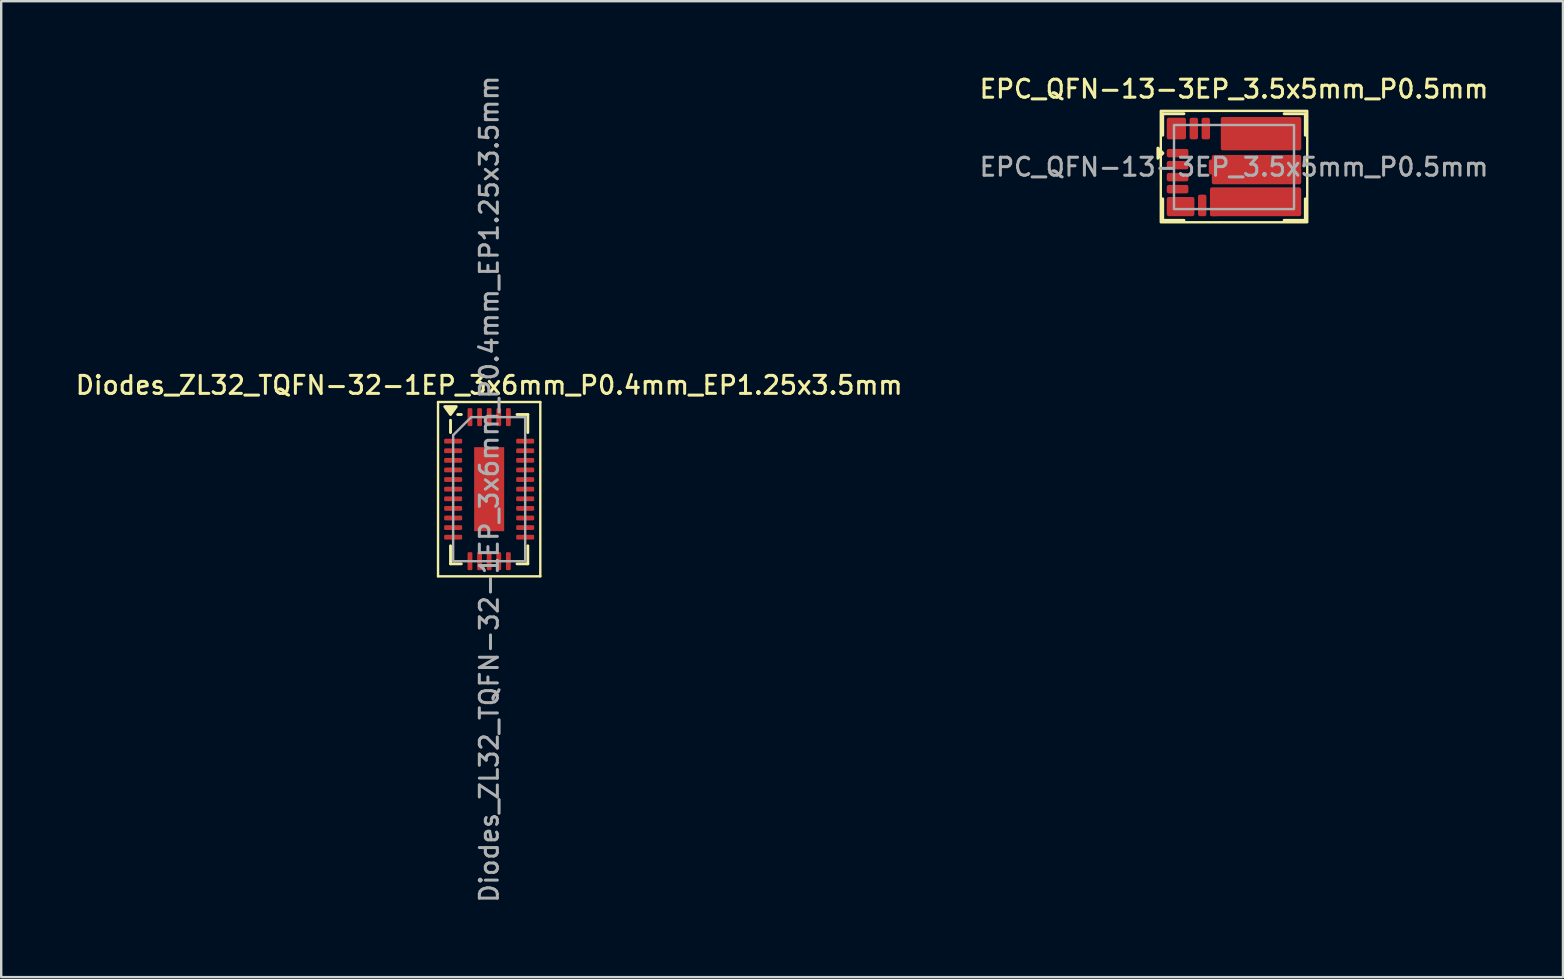
<source format=kicad_pcb>
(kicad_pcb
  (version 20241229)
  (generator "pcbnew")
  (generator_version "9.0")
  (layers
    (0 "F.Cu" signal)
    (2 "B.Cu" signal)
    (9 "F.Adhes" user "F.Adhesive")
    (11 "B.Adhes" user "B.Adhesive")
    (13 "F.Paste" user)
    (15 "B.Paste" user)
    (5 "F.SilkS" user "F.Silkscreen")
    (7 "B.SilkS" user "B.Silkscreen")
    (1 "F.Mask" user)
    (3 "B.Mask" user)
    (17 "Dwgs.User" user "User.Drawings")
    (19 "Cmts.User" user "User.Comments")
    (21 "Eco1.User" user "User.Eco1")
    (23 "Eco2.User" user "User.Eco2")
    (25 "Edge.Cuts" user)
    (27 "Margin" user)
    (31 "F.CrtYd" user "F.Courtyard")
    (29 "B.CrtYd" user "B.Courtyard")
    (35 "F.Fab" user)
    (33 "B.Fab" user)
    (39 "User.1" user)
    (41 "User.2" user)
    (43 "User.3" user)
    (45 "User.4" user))
  (footprint "Diodes_ZL32_TQFN-32-1EP_3x6mm_P0.4mm_EP1.25x3.5mm"
    (layer "F.Cu")
    (at 17.327 17.327)
    (property "Reference" "Diodes_ZL32_TQFN-32-1EP_3x6mm_P0.4mm_EP1.25x3.5mm" (at 0 -4.33 0) (layer "F.SilkS") (effects (font (size 0.75 0.75) (thickness 0.125))))
    (attr smd)
    (fp_line (start -2.13 -3.63) (end -2.13 3.63) (stroke (width 0.1) (type solid)) (layer "F.SilkS"))
    (fp_line (start -2.13 3.63) (end 2.13 3.63) (stroke (width 0.1) (type solid)) (layer "F.SilkS"))
    (fp_line (start -1.61 -2.36) (end -1.61 -2.87) (stroke (width 0.12) (type solid)) (layer "F.SilkS"))
    (fp_line (start -1.61 3.11) (end -1.61 2.36) (stroke (width 0.12) (type solid)) (layer "F.SilkS"))
    (fp_line (start -1.16 -3.11) (end -1.31 -3.11) (stroke (width 0.12) (type solid)) (layer "F.SilkS"))
    (fp_line (start -1.16 3.11) (end -1.61 3.11) (stroke (width 0.12) (type solid)) (layer "F.SilkS"))
    (fp_line (start 1.16 -3.11) (end 1.61 -3.11) (stroke (width 0.12) (type solid)) (layer "F.SilkS"))
    (fp_line (start 1.16 3.11) (end 1.61 3.11) (stroke (width 0.12) (type solid)) (layer "F.SilkS"))
    (fp_line (start 1.61 -3.11) (end 1.61 -2.36) (stroke (width 0.12) (type solid)) (layer "F.SilkS"))
    (fp_line (start 1.61 3.11) (end 1.61 2.36) (stroke (width 0.12) (type solid)) (layer "F.SilkS"))
    (fp_line (start 2.13 -3.63) (end -2.13 -3.63) (stroke (width 0.1) (type solid)) (layer "F.SilkS"))
    (fp_line (start 2.13 3.63) (end 2.13 -3.63) (stroke (width 0.1) (type solid)) (layer "F.SilkS"))
    (fp_poly (pts (xy -1.61 -3.11) (xy -1.85 -3.44) (xy -1.37 -3.44) (xy -1.61 -3.11)) (stroke (width 0.12) (type solid)) (fill yes) (layer "F.SilkS"))
    (fp_line (start -1.5 -2.25) (end -0.75 -3) (stroke (width 0.1) (type solid)) (layer "F.Fab"))
    (fp_line (start -1.5 3) (end -1.5 -2.25) (stroke (width 0.1) (type solid)) (layer "F.Fab"))
    (fp_line (start -0.75 -3) (end 1.5 -3) (stroke (width 0.1) (type solid)) (layer "F.Fab"))
    (fp_line (start 1.5 -3) (end 1.5 3) (stroke (width 0.1) (type solid)) (layer "F.Fab"))
    (fp_line (start 1.5 3) (end -1.5 3) (stroke (width 0.1) (type solid)) (layer "F.Fab"))
    (fp_text user "${REFERENCE}" (at 0 0 90) (layer "F.Fab") (effects (font (size 0.75 0.75) (thickness 0.125))))
    (pad "" smd roundrect (at -0.31 -1.32) (size 0.5 0.71) (layers "F.Paste") (roundrect_rratio 0.25))
    (pad "" smd roundrect (at -0.31 -0.44) (size 0.5 0.71) (layers "F.Paste") (roundrect_rratio 0.25))
    (pad "" smd roundrect (at -0.31 0.44) (size 0.5 0.71) (layers "F.Paste") (roundrect_rratio 0.25))
    (pad "" smd roundrect (at -0.31 1.32) (size 0.5 0.71) (layers "F.Paste") (roundrect_rratio 0.25))
    (pad "" smd roundrect (at 0.31 -1.32) (size 0.5 0.71) (layers "F.Paste") (roundrect_rratio 0.25))
    (pad "" smd roundrect (at 0.31 -0.44) (size 0.5 0.71) (layers "F.Paste") (roundrect_rratio 0.25))
    (pad "" smd roundrect (at 0.31 0.44) (size 0.5 0.71) (layers "F.Paste") (roundrect_rratio 0.25))
    (pad "" smd roundrect (at 0.31 1.32) (size 0.5 0.71) (layers "F.Paste") (roundrect_rratio 0.25))
    (pad "1" smd roundrect (at -1.5 -2) (size 0.75 0.2) (layers "F.Cu" "F.Mask" "F.Paste") (roundrect_rratio 0.25))
    (pad "2" smd roundrect (at -1.5 -1.6) (size 0.75 0.2) (layers "F.Cu" "F.Mask" "F.Paste") (roundrect_rratio 0.25))
    (pad "3" smd roundrect (at -1.5 -1.2) (size 0.75 0.2) (layers "F.Cu" "F.Mask" "F.Paste") (roundrect_rratio 0.25))
    (pad "4" smd roundrect (at -1.5 -0.8) (size 0.75 0.2) (layers "F.Cu" "F.Mask" "F.Paste") (roundrect_rratio 0.25))
    (pad "5" smd roundrect (at -1.5 -0.4) (size 0.75 0.2) (layers "F.Cu" "F.Mask" "F.Paste") (roundrect_rratio 0.25))
    (pad "6" smd roundrect (at -1.5 0) (size 0.75 0.2) (layers "F.Cu" "F.Mask" "F.Paste") (roundrect_rratio 0.25))
    (pad "7" smd roundrect (at -1.5 0.4) (size 0.75 0.2) (layers "F.Cu" "F.Mask" "F.Paste") (roundrect_rratio 0.25))
    (pad "8" smd roundrect (at -1.5 0.8) (size 0.75 0.2) (layers "F.Cu" "F.Mask" "F.Paste") (roundrect_rratio 0.25))
    (pad "9" smd roundrect (at -1.5 1.2) (size 0.75 0.2) (layers "F.Cu" "F.Mask" "F.Paste") (roundrect_rratio 0.25))
    (pad "10" smd roundrect (at -1.5 1.6) (size 0.75 0.2) (layers "F.Cu" "F.Mask" "F.Paste") (roundrect_rratio 0.25))
    (pad "11" smd roundrect (at -1.5 2) (size 0.75 0.2) (layers "F.Cu" "F.Mask" "F.Paste") (roundrect_rratio 0.25))
    (pad "12" smd roundrect (at -0.8 3) (size 0.2 0.75) (layers "F.Cu" "F.Mask" "F.Paste") (roundrect_rratio 0.25))
    (pad "13" smd roundrect (at -0.4 3) (size 0.2 0.75) (layers "F.Cu" "F.Mask" "F.Paste") (roundrect_rratio 0.25))
    (pad "14" smd roundrect (at 0 3) (size 0.2 0.75) (layers "F.Cu" "F.Mask" "F.Paste") (roundrect_rratio 0.25))
    (pad "15" smd roundrect (at 0.4 3) (size 0.2 0.75) (layers "F.Cu" "F.Mask" "F.Paste") (roundrect_rratio 0.25))
    (pad "16" smd roundrect (at 0.8 3) (size 0.2 0.75) (layers "F.Cu" "F.Mask" "F.Paste") (roundrect_rratio 0.25))
    (pad "17" smd roundrect (at 1.5 2) (size 0.75 0.2) (layers "F.Cu" "F.Mask" "F.Paste") (roundrect_rratio 0.25))
    (pad "18" smd roundrect (at 1.5 1.6) (size 0.75 0.2) (layers "F.Cu" "F.Mask" "F.Paste") (roundrect_rratio 0.25))
    (pad "19" smd roundrect (at 1.5 1.2) (size 0.75 0.2) (layers "F.Cu" "F.Mask" "F.Paste") (roundrect_rratio 0.25))
    (pad "20" smd roundrect (at 1.5 0.8) (size 0.75 0.2) (layers "F.Cu" "F.Mask" "F.Paste") (roundrect_rratio 0.25))
    (pad "21" smd roundrect (at 1.5 0.4) (size 0.75 0.2) (layers "F.Cu" "F.Mask" "F.Paste") (roundrect_rratio 0.25))
    (pad "22" smd roundrect (at 1.5 0) (size 0.75 0.2) (layers "F.Cu" "F.Mask" "F.Paste") (roundrect_rratio 0.25))
    (pad "23" smd roundrect (at 1.5 -0.4) (size 0.75 0.2) (layers "F.Cu" "F.Mask" "F.Paste") (roundrect_rratio 0.25))
    (pad "24" smd roundrect (at 1.5 -0.8) (size 0.75 0.2) (layers "F.Cu" "F.Mask" "F.Paste") (roundrect_rratio 0.25))
    (pad "25" smd roundrect (at 1.5 -1.2) (size 0.75 0.2) (layers "F.Cu" "F.Mask" "F.Paste") (roundrect_rratio 0.25))
    (pad "26" smd roundrect (at 1.5 -1.6) (size 0.75 0.2) (layers "F.Cu" "F.Mask" "F.Paste") (roundrect_rratio 0.25))
    (pad "27" smd roundrect (at 1.5 -2) (size 0.75 0.2) (layers "F.Cu" "F.Mask" "F.Paste") (roundrect_rratio 0.25))
    (pad "28" smd roundrect (at 0.8 -3) (size 0.2 0.75) (layers "F.Cu" "F.Mask" "F.Paste") (roundrect_rratio 0.25))
    (pad "29" smd roundrect (at 0.4 -3) (size 0.2 0.75) (layers "F.Cu" "F.Mask" "F.Paste") (roundrect_rratio 0.25))
    (pad "30" smd roundrect (at 0 -3) (size 0.2 0.75) (layers "F.Cu" "F.Mask" "F.Paste") (roundrect_rratio 0.25))
    (pad "31" smd roundrect (at -0.4 -3) (size 0.2 0.75) (layers "F.Cu" "F.Mask" "F.Paste") (roundrect_rratio 0.25))
    (pad "32" smd roundrect (at -0.8 -3) (size 0.2 0.75) (layers "F.Cu" "F.Mask" "F.Paste") (roundrect_rratio 0.25))
    (pad "33" smd rect (at 0 0) (size 1.25 3.5) (property pad_prop_heatsink) (layers "F.Cu" "F.Mask")))
  (footprint "EPC_QFN-13-3EP_3.5x5mm_P0.5mm"
    (layer "F.Cu")
    (at 48.355 3.908)
    (property "Reference" "EPC_QFN-13-3EP_3.5x5mm_P0.5mm" (at 0 -3.25 0) (layer "F.SilkS") (effects (font (size 0.75 0.75) (thickness 0.125))))
    (attr smd)
    (fp_line (start -2.97 -2.22) (end -2.97 -1.325) (stroke (width 0.12) (type default)) (layer "F.SilkS"))
    (fp_line (start -2.97 2.22) (end -2.97 1.325) (stroke (width 0.12) (type default)) (layer "F.SilkS"))
    (fp_line (start -2.085 -2.22) (end -2.97 -2.22) (stroke (width 0.12) (type default)) (layer "F.SilkS"))
    (fp_line (start -2.085 2.22) (end -2.97 2.22) (stroke (width 0.12) (type default)) (layer "F.SilkS"))
    (fp_line (start 2.087 -2.22) (end 2.973 -2.22) (stroke (width 0.12) (type default)) (layer "F.SilkS"))
    (fp_line (start 2.087 2.22) (end 2.973 2.22) (stroke (width 0.12) (type default)) (layer "F.SilkS"))
    (fp_line (start 2.97 -2.22) (end 2.97 -1.325) (stroke (width 0.12) (type default)) (layer "F.SilkS"))
    (fp_line (start 2.97 2.22) (end 2.97 1.325) (stroke (width 0.12) (type default)) (layer "F.SilkS"))
    (fp_rect (start -3.05 -2.34) (end 3.05 2.3) (stroke (width 0.1) (type default)) (fill no) (layer "F.SilkS"))
    (fp_poly (pts (xy -3.172 -0.366) (xy -3.172 -0.79) (xy -2.96 -0.578)) (stroke (width 0.12) (type solid)) (fill yes) (layer "F.SilkS"))
    (fp_rect (start -2.5 1.75) (end 2.5 -1.75) (stroke (width 0.1) (type default)) (fill no) (layer "F.Fab"))
    (fp_text user "${REFERENCE}" (at 0 0 0) (layer "F.Fab") (effects (font (size 0.75 0.75) (thickness 0.125))))
    (pad "" smd roundrect (at -2.598 -1.428) (size 0.305 0.4) (layers "F.Paste") (roundrect_rratio 0.164))
    (pad "" smd roundrect (at -2.438 1.435 180) (size 0.625 0.325) (layers "F.Paste") (roundrect_rratio 0.154))
    (pad "" smd roundrect (at -2.362 -1.428 180) (size 0.675 0.3) (layers "F.Mask") (roundrect_rratio 0.1))
    (pad "" smd roundrect (at -2.351 -0.575 180) (size 0.8 0.24) (layers "F.Paste") (roundrect_rratio 0.208))
    (pad "" smd roundrect (at -2.351 -0.078 180) (size 0.8 0.24) (layers "F.Paste") (roundrect_rratio 0.208))
    (pad "" smd roundrect (at -2.351 0.422 180) (size 0.8 0.24) (layers "F.Paste") (roundrect_rratio 0.208))
    (pad "" smd roundrect (at -2.351 0.922 180) (size 0.8 0.24) (layers "F.Paste") (roundrect_rratio 0.208))
    (pad "" smd roundrect (at -2.325 -0.578 180) (size 0.75 0.3) (layers "F.Mask") (roundrect_rratio 0.1))
    (pad "" smd roundrect (at -2.325 -0.078 180) (size 0.75 0.3) (layers "F.Mask") (roundrect_rratio 0.1))
    (pad "" smd roundrect (at -2.325 0.422 180) (size 0.75 0.3) (layers "F.Mask") (roundrect_rratio 0.1))
    (pad "" smd roundrect (at -2.325 0.922 180) (size 0.75 0.3) (layers "F.Mask") (roundrect_rratio 0.1))
    (pad "" smd roundrect (at -2.188 1.422 180) (size 1.025 0.3) (layers "F.Mask") (roundrect_rratio 0.1))
    (pad "" smd roundrect (at -2.175 -1.615 90) (size 0.675 0.3) (layers "F.Mask") (roundrect_rratio 0.1))
    (pad "" smd roundrect (at -2.145 -1.603 270) (size 0.8 0.24) (layers "F.Paste") (roundrect_rratio 0.208))
    (pad "" smd roundrect (at -1.825 1.61 90) (size 0.675 0.3) (layers "F.Mask") (roundrect_rratio 0.1))
    (pad "" smd roundrect (at -1.825 1.622 270) (size 0.7 0.24) (layers "F.Paste") (roundrect_rratio 0.208))
    (pad "" smd roundrect (at -1.675 -1.603 270) (size 0.8 0.24) (layers "F.Paste") (roundrect_rratio 0.208))
    (pad "" smd roundrect (at -1.675 -1.578 90) (size 0.75 0.3) (layers "F.Mask") (roundrect_rratio 0.1))
    (pad "" smd roundrect (at -1.325 1.572 90) (size 0.75 0.3) (layers "F.Mask") (roundrect_rratio 0.1))
    (pad "" smd roundrect (at -1.325 1.598 270) (size 0.8 0.24) (layers "F.Paste") (roundrect_rratio 0.208))
    (pad "" smd roundrect (at -1.175 -1.603 270) (size 0.8 0.24) (layers "F.Paste") (roundrect_rratio 0.208))
    (pad "" smd roundrect (at -1.175 -1.578 90) (size 0.75 0.3) (layers "F.Mask") (roundrect_rratio 0.1))
    (pad "" smd roundrect (at -0.825 1.572 90) (size 0.75 0.3) (layers "F.Mask") (roundrect_rratio 0.1))
    (pad "" smd roundrect (at -0.825 1.598 270) (size 0.8 0.24) (layers "F.Paste") (roundrect_rratio 0.208))
    (pad "" smd roundrect (at -0.375 0) (size 1 0.355) (layers "F.Paste") (roundrect_rratio 0.141))
    (pad "" smd roundrect (at -0.375 1.81) (size 0.32 0.33) (layers "F.Paste") (roundrect_rratio 0.156))
    (pad "" smd roundrect (at -0.325 -1.81) (size 0.32 0.33) (layers "F.Paste") (roundrect_rratio 0.156))
    (pad "" smd roundrect (at 0.021 -1.215) (size 1 0.495) (layers "F.Paste") (roundrect_rratio 0.101))
    (pad "" smd roundrect (at 0.021 1.215) (size 1 0.495) (layers "F.Paste") (roundrect_rratio 0.101))
    (pad "" smd roundrect (at 0.125 1.81) (size 0.32 0.33) (layers "F.Paste") (roundrect_rratio 0.156))
    (pad "" smd roundrect (at 0.175 -1.81) (size 0.32 0.33) (layers "F.Paste") (roundrect_rratio 0.156))
    (pad "" smd roundrect (at 0.625 1.81) (size 0.32 0.33) (layers "F.Paste") (roundrect_rratio 0.156))
    (pad "" smd roundrect (at 0.675 -1.81) (size 0.32 0.33) (layers "F.Paste") (roundrect_rratio 0.156))
    (pad "" smd roundrect (at 0.863 0 180) (size 3.675 0.48) (layers "F.Mask") (roundrect_rratio 0.219))
    (pad "" smd roundrect (at 1.005 0) (size 1 0.355) (layers "F.Paste") (roundrect_rratio 0.141))
    (pad "" smd roundrect (at 1.1 -1.428 180) (size 3.2 1.05) (layers "F.Mask") (roundrect_rratio 0.1))
    (pad "" smd roundrect (at 1.1 1.422 180) (size 3.2 1.05) (layers "F.Mask") (roundrect_rratio 0.1))
    (pad "" smd roundrect (at 1.125 1.81) (size 0.32 0.33) (layers "F.Paste") (roundrect_rratio 0.156))
    (pad "" smd roundrect (at 1.175 -1.81) (size 0.32 0.33) (layers "F.Paste") (roundrect_rratio 0.156))
    (pad "" smd roundrect (at 1.201 -1.215) (size 1 0.495) (layers "F.Paste") (roundrect_rratio 0.101))
    (pad "" smd roundrect (at 1.201 1.215) (size 1 0.495) (layers "F.Paste") (roundrect_rratio 0.101))
    (pad "" smd roundrect (at 1.625 1.81) (size 0.32 0.33) (layers "F.Paste") (roundrect_rratio 0.156))
    (pad "" smd roundrect (at 1.675 -1.81) (size 0.32 0.33) (layers "F.Paste") (roundrect_rratio 0.156))
    (pad "" smd roundrect (at 2.125 1.81) (size 0.32 0.33) (layers "F.Paste") (roundrect_rratio 0.156))
    (pad "" smd roundrect (at 2.175 -1.81) (size 0.32 0.33) (layers "F.Paste") (roundrect_rratio 0.156))
    (pad "" smd roundrect (at 2.29 -1.215) (size 0.819 0.495) (layers "F.Paste") (roundrect_rratio 0.101))
    (pad "" smd roundrect (at 2.29 0) (size 0.815 0.355) (layers "F.Paste") (roundrect_rratio 0.141))
    (pad "" smd roundrect (at 2.29 1.215) (size 0.819 0.495) (layers "F.Paste") (roundrect_rratio 0.101))
    (pad "1" smd roundrect (at -2.351 -0.578) (size 0.9 0.35) (layers "F.Cu") (roundrect_rratio 0.229))
    (pad "2" smd roundrect (at -2.351 -0.078) (size 0.9 0.35) (layers "F.Cu") (roundrect_rratio 0.229))
    (pad "3" smd roundrect (at -2.351 0.422) (size 0.9 0.35) (layers "F.Cu") (roundrect_rratio 0.229))
    (pad "4" smd roundrect (at -2.351 0.922) (size 0.9 0.35) (layers "F.Cu") (roundrect_rratio 0.229))
    (pad "5" smd roundrect (at -2.225 1.647) (size 1.15 0.8) (layers "F.Cu") (roundrect_rratio 0.1))
    (pad "6" smd roundrect (at -1.325 1.598 90) (size 0.9 0.35) (layers "F.Cu") (roundrect_rratio 0.229))
    (pad "7" smd roundrect (at -0.825 1.598 90) (size 0.9 0.35) (layers "F.Cu") (roundrect_rratio 0.229))
    (pad "8" smd roundrect (at 0.898 1.447) (size 3.8 1.2) (layers "F.Cu") (roundrect_rratio 0.067))
    (pad "9" smd roundrect (at -0.925 0) (size 0.25 0.623) (layers "F.Cu") (roundrect_rratio 0.32))
    (pad "9" smd roundrect (at 0.937 0.107) (size 3.725 1.22) (layers "F.Cu") (roundrect_rratio 0.066))
    (pad "10" smd roundrect (at 1.125 -1.39) (size 3.35 1.39) (layers "F.Cu") (roundrect_rratio 0.058))
    (pad "11" smd roundrect (at -1.175 -1.603 90) (size 0.9 0.35) (layers "F.Cu") (roundrect_rratio 0.229))
    (pad "12" smd roundrect (at -1.675 -1.603 90) (size 0.9 0.35) (layers "F.Cu") (roundrect_rratio 0.229))
    (pad "13" smd roundrect (at -2.4 -1.603) (size 0.8 0.9) (layers "F.Cu") (roundrect_rratio 0.1)))
  (gr_rect
    (start -3 -3)
    (end 62.057 37.654)
    (stroke (width 0.1) (type default))
    (fill no)
    (layer "Edge.Cuts")))
</source>
